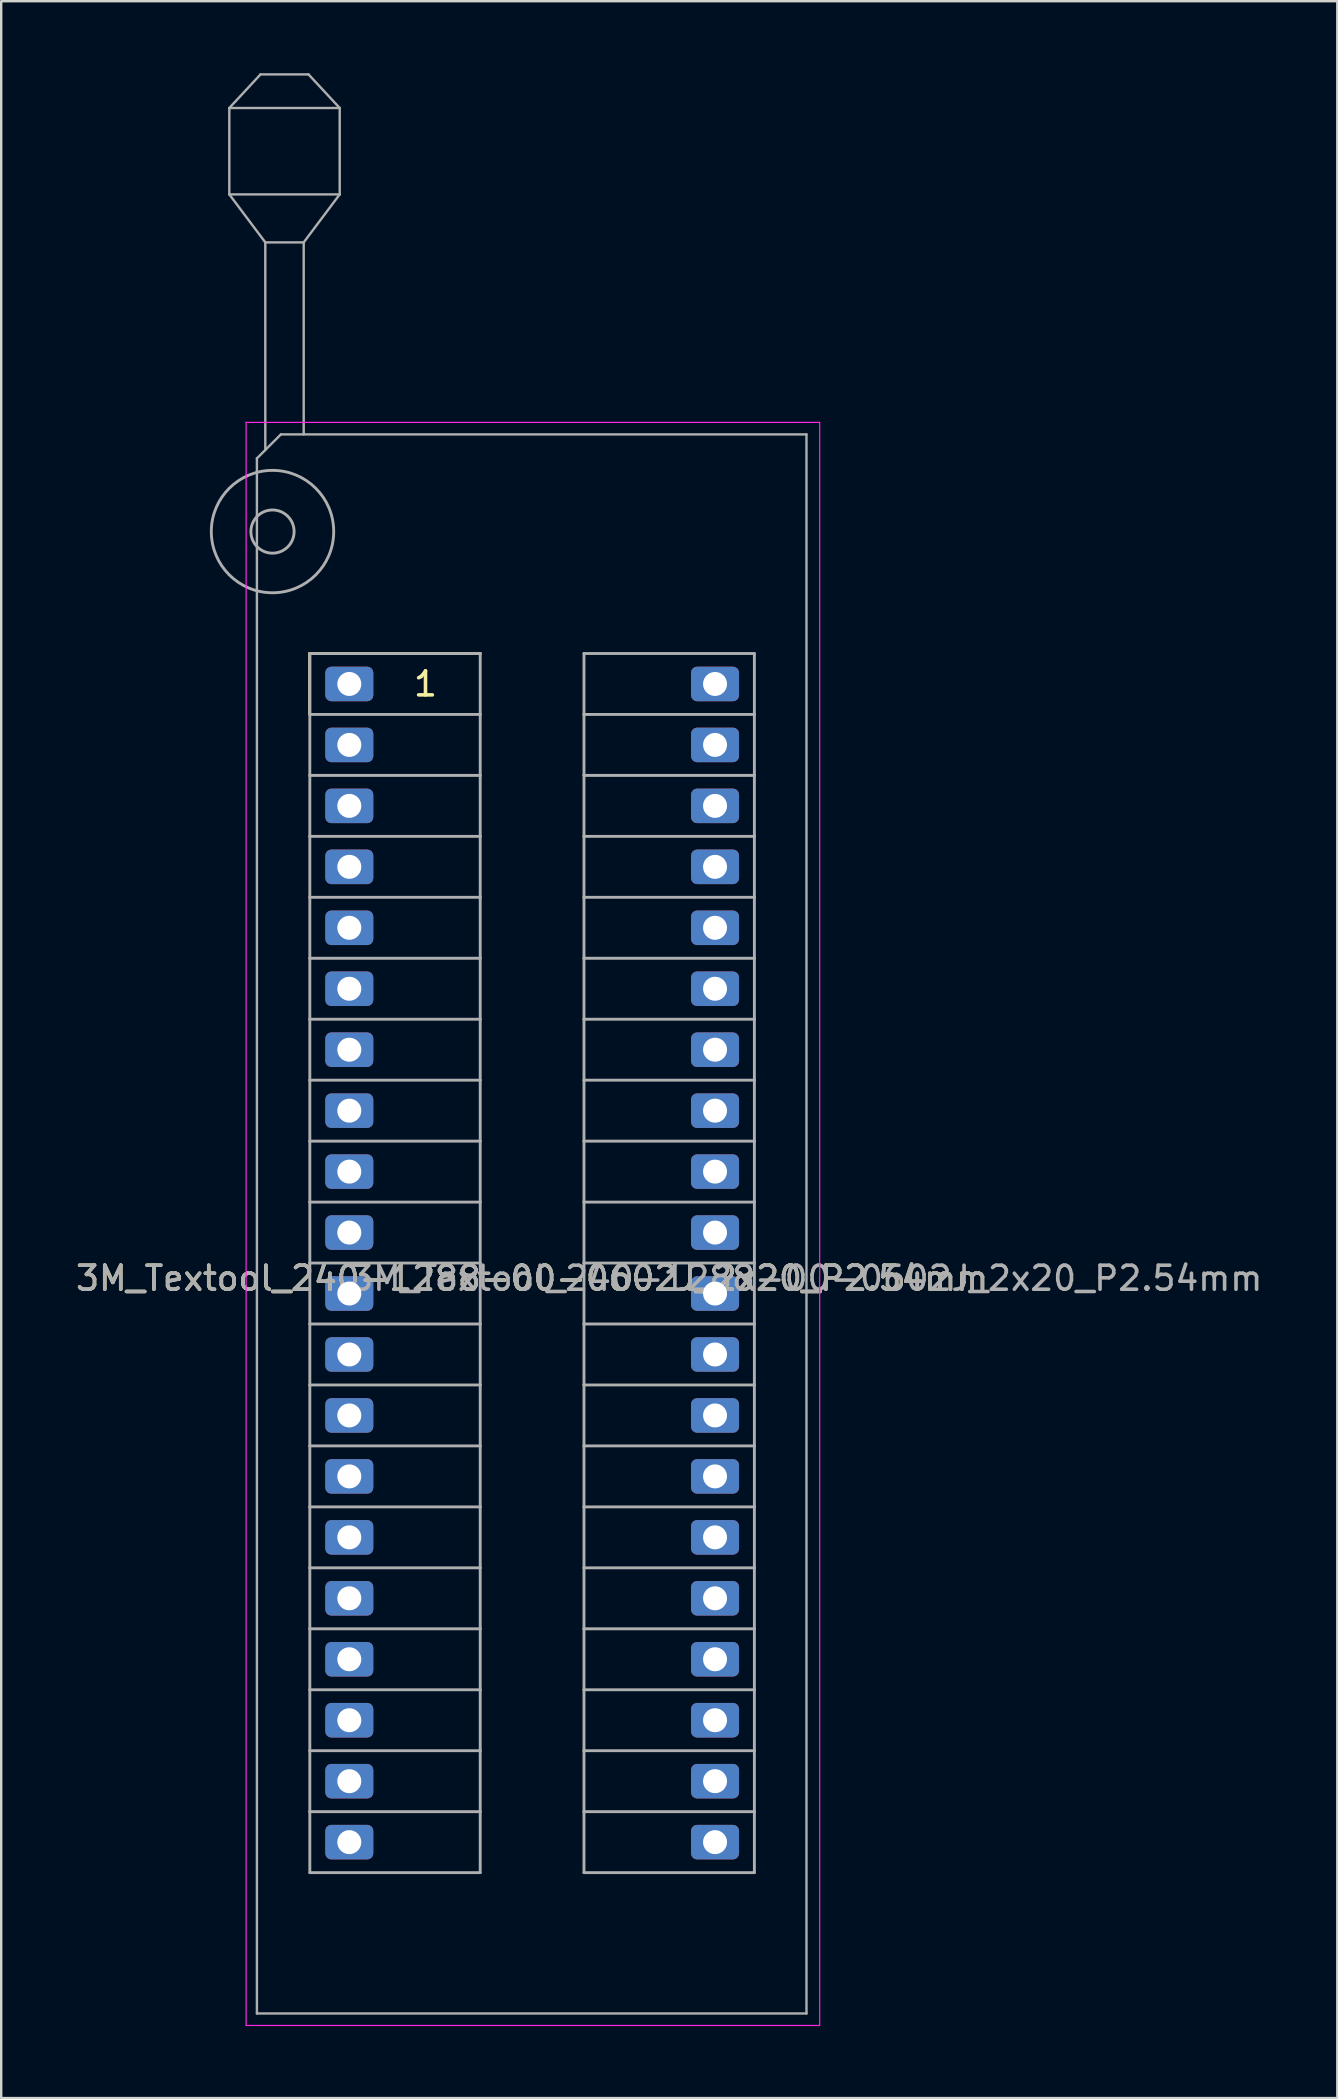
<source format=kicad_pcb>
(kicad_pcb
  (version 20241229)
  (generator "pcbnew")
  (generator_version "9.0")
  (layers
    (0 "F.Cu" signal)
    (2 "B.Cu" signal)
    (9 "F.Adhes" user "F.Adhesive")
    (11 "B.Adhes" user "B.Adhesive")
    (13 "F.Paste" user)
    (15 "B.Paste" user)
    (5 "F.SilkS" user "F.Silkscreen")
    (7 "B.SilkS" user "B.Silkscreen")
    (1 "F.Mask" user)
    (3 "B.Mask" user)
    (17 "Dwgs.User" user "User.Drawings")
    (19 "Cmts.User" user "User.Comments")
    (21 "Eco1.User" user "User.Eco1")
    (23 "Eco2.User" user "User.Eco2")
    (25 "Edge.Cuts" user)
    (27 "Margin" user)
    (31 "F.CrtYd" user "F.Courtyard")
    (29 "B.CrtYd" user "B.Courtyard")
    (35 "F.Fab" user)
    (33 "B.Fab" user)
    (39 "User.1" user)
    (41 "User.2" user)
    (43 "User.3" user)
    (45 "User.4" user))
  (footprint "3M_Textool_240-1288-00-0602J_2x20_P2.54mm"
    (layer "F.Cu")
    (at 19.125 50.215)
    (property "Reference" "3M_Textool_240-1288-00-0602J_2x20_P2.54mm" (at 0 0 0) (layer "F.SilkS") (effects (font (size 1 1) (thickness 0.15))))
    (attr through_hole)
    (fp_line (start -9.271 -26.035) (end -2.159 -26.035) (stroke (width 0.12) (type solid)) (layer "F.SilkS"))
    (fp_line (start -9.271 -23.495) (end -9.271 -26.035) (stroke (width 0.12) (type solid)) (layer "F.SilkS"))
    (fp_line (start -11.92 31.135) (end -11.92 -35.665) (stroke (width 0.05) (type solid)) (layer "F.CrtYd"))
    (fp_line (start 11.98 -35.665) (end -11.92 -35.665) (stroke (width 0.05) (type solid)) (layer "F.CrtYd"))
    (fp_line (start 11.98 31.135) (end -11.92 31.135) (stroke (width 0.05) (type solid)) (layer "F.CrtYd"))
    (fp_line (start 11.98 31.135) (end 11.98 -35.665) (stroke (width 0.05) (type solid)) (layer "F.CrtYd"))
    (fp_line (start -12.62 -48.765) (end -8.02 -48.765) (stroke (width 0.1) (type solid)) (layer "F.Fab"))
    (fp_line (start -12.62 -45.165) (end -12.62 -48.765) (stroke (width 0.1) (type solid)) (layer "F.Fab"))
    (fp_line (start -12.62 -45.165) (end -11.12 -43.165) (stroke (width 0.1) (type solid)) (layer "F.Fab"))
    (fp_line (start -12.62 -45.165) (end -8.02 -45.165) (stroke (width 0.1) (type solid)) (layer "F.Fab"))
    (fp_line (start -11.47 -34.165) (end -10.47 -35.165) (stroke (width 0.1) (type solid)) (layer "F.Fab"))
    (fp_line (start -11.47 30.635) (end -11.47 -34.165) (stroke (width 0.1) (type solid)) (layer "F.Fab"))
    (fp_line (start -11.47 30.635) (end 11.43 30.635) (stroke (width 0.1) (type solid)) (layer "F.Fab"))
    (fp_line (start -11.32 -50.165) (end -12.62 -48.765) (stroke (width 0.1) (type solid)) (layer "F.Fab"))
    (fp_line (start -11.32 -50.165) (end -9.32 -50.165) (stroke (width 0.1) (type solid)) (layer "F.Fab"))
    (fp_line (start -11.12 -43.165) (end -11.12 -34.515) (stroke (width 0.1) (type solid)) (layer "F.Fab"))
    (fp_line (start -10.47 -35.165) (end 11.43 -35.165) (stroke (width 0.1) (type solid)) (layer "F.Fab"))
    (fp_line (start -9.52 -43.165) (end -11.12 -43.165) (stroke (width 0.1) (type solid)) (layer "F.Fab"))
    (fp_line (start -9.52 -43.165) (end -9.52 -35.165) (stroke (width 0.1) (type solid)) (layer "F.Fab"))
    (fp_line (start -9.32 -50.165) (end -8.02 -48.765) (stroke (width 0.1) (type solid)) (layer "F.Fab"))
    (fp_line (start -9.265 -26.035) (end -2.165 -26.035) (stroke (width 0.12) (type solid)) (layer "F.Fab"))
    (fp_line (start -9.265 -23.495) (end -9.265 -26.035) (stroke (width 0.12) (type solid)) (layer "F.Fab"))
    (fp_line (start -9.265 -23.495) (end -2.165 -23.495) (stroke (width 0.12) (type solid)) (layer "F.Fab"))
    (fp_line (start -9.265 -20.955) (end -9.265 -23.495) (stroke (width 0.12) (type solid)) (layer "F.Fab"))
    (fp_line (start -9.265 -20.955) (end -2.165 -20.955) (stroke (width 0.12) (type solid)) (layer "F.Fab"))
    (fp_line (start -9.265 -18.415) (end -9.265 -20.955) (stroke (width 0.12) (type solid)) (layer "F.Fab"))
    (fp_line (start -9.265 -18.415) (end -2.165 -18.415) (stroke (width 0.12) (type solid)) (layer "F.Fab"))
    (fp_line (start -9.265 -15.875) (end -9.265 -18.415) (stroke (width 0.12) (type solid)) (layer "F.Fab"))
    (fp_line (start -9.265 -15.875) (end -2.165 -15.875) (stroke (width 0.12) (type solid)) (layer "F.Fab"))
    (fp_line (start -9.265 -13.335) (end -9.265 -15.875) (stroke (width 0.12) (type solid)) (layer "F.Fab"))
    (fp_line (start -9.265 -13.335) (end -2.165 -13.335) (stroke (width 0.12) (type solid)) (layer "F.Fab"))
    (fp_line (start -9.265 -10.795) (end -9.265 -13.335) (stroke (width 0.12) (type solid)) (layer "F.Fab"))
    (fp_line (start -9.265 -10.795) (end -2.165 -10.795) (stroke (width 0.12) (type solid)) (layer "F.Fab"))
    (fp_line (start -9.265 -8.255) (end -9.265 -10.795) (stroke (width 0.12) (type solid)) (layer "F.Fab"))
    (fp_line (start -9.265 -8.255) (end -2.165 -8.255) (stroke (width 0.12) (type solid)) (layer "F.Fab"))
    (fp_line (start -9.265 -5.715) (end -9.265 -8.255) (stroke (width 0.12) (type solid)) (layer "F.Fab"))
    (fp_line (start -9.265 -5.715) (end -2.165 -5.715) (stroke (width 0.12) (type solid)) (layer "F.Fab"))
    (fp_line (start -9.265 -3.175) (end -9.265 -5.715) (stroke (width 0.12) (type solid)) (layer "F.Fab"))
    (fp_line (start -9.265 -3.175) (end -2.165 -3.175) (stroke (width 0.12) (type solid)) (layer "F.Fab"))
    (fp_line (start -9.265 -0.635) (end -9.265 -3.175) (stroke (width 0.12) (type solid)) (layer "F.Fab"))
    (fp_line (start -9.265 -0.635) (end -2.165 -0.635) (stroke (width 0.12) (type solid)) (layer "F.Fab"))
    (fp_line (start -9.265 1.905) (end -9.265 -0.635) (stroke (width 0.12) (type solid)) (layer "F.Fab"))
    (fp_line (start -9.265 1.905) (end -2.165 1.905) (stroke (width 0.12) (type solid)) (layer "F.Fab"))
    (fp_line (start -9.265 4.445) (end -9.265 1.905) (stroke (width 0.12) (type solid)) (layer "F.Fab"))
    (fp_line (start -9.265 4.445) (end -2.165 4.445) (stroke (width 0.12) (type solid)) (layer "F.Fab"))
    (fp_line (start -9.265 6.985) (end -9.265 4.445) (stroke (width 0.12) (type solid)) (layer "F.Fab"))
    (fp_line (start -9.265 6.985) (end -2.165 6.985) (stroke (width 0.12) (type solid)) (layer "F.Fab"))
    (fp_line (start -9.265 9.525) (end -9.265 6.985) (stroke (width 0.12) (type solid)) (layer "F.Fab"))
    (fp_line (start -9.265 9.525) (end -2.165 9.525) (stroke (width 0.12) (type solid)) (layer "F.Fab"))
    (fp_line (start -9.265 12.065) (end -9.265 9.525) (stroke (width 0.12) (type solid)) (layer "F.Fab"))
    (fp_line (start -9.265 12.065) (end -2.165 12.065) (stroke (width 0.12) (type solid)) (layer "F.Fab"))
    (fp_line (start -9.265 14.605) (end -9.265 12.065) (stroke (width 0.12) (type solid)) (layer "F.Fab"))
    (fp_line (start -9.265 14.605) (end -2.165 14.605) (stroke (width 0.12) (type solid)) (layer "F.Fab"))
    (fp_line (start -9.265 17.145) (end -9.265 14.605) (stroke (width 0.12) (type solid)) (layer "F.Fab"))
    (fp_line (start -9.265 17.145) (end -2.165 17.145) (stroke (width 0.12) (type solid)) (layer "F.Fab"))
    (fp_line (start -9.265 19.685) (end -9.265 17.145) (stroke (width 0.12) (type solid)) (layer "F.Fab"))
    (fp_line (start -9.265 19.685) (end -2.165 19.685) (stroke (width 0.12) (type solid)) (layer "F.Fab"))
    (fp_line (start -9.265 22.225) (end -9.265 19.685) (stroke (width 0.12) (type solid)) (layer "F.Fab"))
    (fp_line (start -9.265 22.225) (end -2.165 22.225) (stroke (width 0.12) (type solid)) (layer "F.Fab"))
    (fp_line (start -9.265 24.765) (end -9.265 22.225) (stroke (width 0.12) (type solid)) (layer "F.Fab"))
    (fp_line (start -9.265 24.765) (end -2.165 24.765) (stroke (width 0.12) (type solid)) (layer "F.Fab"))
    (fp_line (start -8.02 -45.165) (end -9.52 -43.165) (stroke (width 0.1) (type solid)) (layer "F.Fab"))
    (fp_line (start -8.02 -45.165) (end -8.02 -48.765) (stroke (width 0.1) (type solid)) (layer "F.Fab"))
    (fp_line (start -2.165 -26.035) (end -2.165 -23.495) (stroke (width 0.12) (type solid)) (layer "F.Fab"))
    (fp_line (start -2.165 -23.495) (end -2.165 -20.955) (stroke (width 0.12) (type solid)) (layer "F.Fab"))
    (fp_line (start -2.165 -20.955) (end -2.165 -18.415) (stroke (width 0.12) (type solid)) (layer "F.Fab"))
    (fp_line (start -2.165 -18.415) (end -2.165 -15.875) (stroke (width 0.12) (type solid)) (layer "F.Fab"))
    (fp_line (start -2.165 -15.875) (end -2.165 -13.335) (stroke (width 0.12) (type solid)) (layer "F.Fab"))
    (fp_line (start -2.165 -13.335) (end -2.165 -10.795) (stroke (width 0.12) (type solid)) (layer "F.Fab"))
    (fp_line (start -2.165 -10.795) (end -2.165 -8.255) (stroke (width 0.12) (type solid)) (layer "F.Fab"))
    (fp_line (start -2.165 -8.255) (end -2.165 -5.715) (stroke (width 0.12) (type solid)) (layer "F.Fab"))
    (fp_line (start -2.165 -5.715) (end -2.165 -3.175) (stroke (width 0.12) (type solid)) (layer "F.Fab"))
    (fp_line (start -2.165 -3.175) (end -2.165 -0.635) (stroke (width 0.12) (type solid)) (layer "F.Fab"))
    (fp_line (start -2.165 -0.635) (end -2.165 1.905) (stroke (width 0.12) (type solid)) (layer "F.Fab"))
    (fp_line (start -2.165 1.905) (end -2.165 4.445) (stroke (width 0.12) (type solid)) (layer "F.Fab"))
    (fp_line (start -2.165 4.445) (end -2.165 6.985) (stroke (width 0.12) (type solid)) (layer "F.Fab"))
    (fp_line (start -2.165 6.985) (end -2.165 9.525) (stroke (width 0.12) (type solid)) (layer "F.Fab"))
    (fp_line (start -2.165 9.525) (end -2.165 12.065) (stroke (width 0.12) (type solid)) (layer "F.Fab"))
    (fp_line (start -2.165 12.065) (end -2.165 14.605) (stroke (width 0.12) (type solid)) (layer "F.Fab"))
    (fp_line (start -2.165 14.605) (end -2.165 17.145) (stroke (width 0.12) (type solid)) (layer "F.Fab"))
    (fp_line (start -2.165 17.145) (end -2.165 19.685) (stroke (width 0.12) (type solid)) (layer "F.Fab"))
    (fp_line (start -2.165 19.685) (end -2.165 22.225) (stroke (width 0.12) (type solid)) (layer "F.Fab"))
    (fp_line (start -2.165 22.225) (end -2.165 24.765) (stroke (width 0.12) (type solid)) (layer "F.Fab"))
    (fp_line (start 2.159 -26.035) (end 9.259 -26.035) (stroke (width 0.12) (type solid)) (layer "F.Fab"))
    (fp_line (start 2.159 -23.495) (end 2.159 -26.035) (stroke (width 0.12) (type solid)) (layer "F.Fab"))
    (fp_line (start 2.159 -23.495) (end 9.259 -23.495) (stroke (width 0.12) (type solid)) (layer "F.Fab"))
    (fp_line (start 2.159 -20.955) (end 2.159 -23.495) (stroke (width 0.12) (type solid)) (layer "F.Fab"))
    (fp_line (start 2.159 -20.955) (end 9.259 -20.955) (stroke (width 0.12) (type solid)) (layer "F.Fab"))
    (fp_line (start 2.159 -18.415) (end 2.159 -20.955) (stroke (width 0.12) (type solid)) (layer "F.Fab"))
    (fp_line (start 2.159 -18.415) (end 9.259 -18.415) (stroke (width 0.12) (type solid)) (layer "F.Fab"))
    (fp_line (start 2.159 -15.875) (end 2.159 -18.415) (stroke (width 0.12) (type solid)) (layer "F.Fab"))
    (fp_line (start 2.159 -15.875) (end 9.259 -15.875) (stroke (width 0.12) (type solid)) (layer "F.Fab"))
    (fp_line (start 2.159 -13.335) (end 2.159 -15.875) (stroke (width 0.12) (type solid)) (layer "F.Fab"))
    (fp_line (start 2.159 -13.335) (end 9.259 -13.335) (stroke (width 0.12) (type solid)) (layer "F.Fab"))
    (fp_line (start 2.159 -10.795) (end 2.159 -13.335) (stroke (width 0.12) (type solid)) (layer "F.Fab"))
    (fp_line (start 2.159 -10.795) (end 9.259 -10.795) (stroke (width 0.12) (type solid)) (layer "F.Fab"))
    (fp_line (start 2.159 -8.255) (end 2.159 -10.795) (stroke (width 0.12) (type solid)) (layer "F.Fab"))
    (fp_line (start 2.159 -8.255) (end 9.259 -8.255) (stroke (width 0.12) (type solid)) (layer "F.Fab"))
    (fp_line (start 2.159 -5.715) (end 2.159 -8.255) (stroke (width 0.12) (type solid)) (layer "F.Fab"))
    (fp_line (start 2.159 -5.715) (end 9.259 -5.715) (stroke (width 0.12) (type solid)) (layer "F.Fab"))
    (fp_line (start 2.159 -3.175) (end 2.159 -5.715) (stroke (width 0.12) (type solid)) (layer "F.Fab"))
    (fp_line (start 2.159 -3.175) (end 9.259 -3.175) (stroke (width 0.12) (type solid)) (layer "F.Fab"))
    (fp_line (start 2.159 -0.635) (end 2.159 -3.175) (stroke (width 0.12) (type solid)) (layer "F.Fab"))
    (fp_line (start 2.159 -0.635) (end 9.259 -0.635) (stroke (width 0.12) (type solid)) (layer "F.Fab"))
    (fp_line (start 2.159 1.905) (end 2.159 -0.635) (stroke (width 0.12) (type solid)) (layer "F.Fab"))
    (fp_line (start 2.159 1.905) (end 9.259 1.905) (stroke (width 0.12) (type solid)) (layer "F.Fab"))
    (fp_line (start 2.159 4.445) (end 2.159 1.905) (stroke (width 0.12) (type solid)) (layer "F.Fab"))
    (fp_line (start 2.159 4.445) (end 9.259 4.445) (stroke (width 0.12) (type solid)) (layer "F.Fab"))
    (fp_line (start 2.159 6.985) (end 2.159 4.445) (stroke (width 0.12) (type solid)) (layer "F.Fab"))
    (fp_line (start 2.159 6.985) (end 9.259 6.985) (stroke (width 0.12) (type solid)) (layer "F.Fab"))
    (fp_line (start 2.159 9.525) (end 2.159 6.985) (stroke (width 0.12) (type solid)) (layer "F.Fab"))
    (fp_line (start 2.159 9.525) (end 9.259 9.525) (stroke (width 0.12) (type solid)) (layer "F.Fab"))
    (fp_line (start 2.159 12.065) (end 2.159 9.525) (stroke (width 0.12) (type solid)) (layer "F.Fab"))
    (fp_line (start 2.159 12.065) (end 9.259 12.065) (stroke (width 0.12) (type solid)) (layer "F.Fab"))
    (fp_line (start 2.159 14.605) (end 2.159 12.065) (stroke (width 0.12) (type solid)) (layer "F.Fab"))
    (fp_line (start 2.159 14.605) (end 9.259 14.605) (stroke (width 0.12) (type solid)) (layer "F.Fab"))
    (fp_line (start 2.159 17.145) (end 2.159 14.605) (stroke (width 0.12) (type solid)) (layer "F.Fab"))
    (fp_line (start 2.159 17.145) (end 9.259 17.145) (stroke (width 0.12) (type solid)) (layer "F.Fab"))
    (fp_line (start 2.159 19.685) (end 2.159 17.145) (stroke (width 0.12) (type solid)) (layer "F.Fab"))
    (fp_line (start 2.159 19.685) (end 9.259 19.685) (stroke (width 0.12) (type solid)) (layer "F.Fab"))
    (fp_line (start 2.159 22.225) (end 2.159 19.685) (stroke (width 0.12) (type solid)) (layer "F.Fab"))
    (fp_line (start 2.159 22.225) (end 9.259 22.225) (stroke (width 0.12) (type solid)) (layer "F.Fab"))
    (fp_line (start 2.159 24.765) (end 2.159 22.225) (stroke (width 0.12) (type solid)) (layer "F.Fab"))
    (fp_line (start 2.159 24.765) (end 9.259 24.765) (stroke (width 0.12) (type solid)) (layer "F.Fab"))
    (fp_line (start 9.259 -26.035) (end 9.259 -23.495) (stroke (width 0.12) (type solid)) (layer "F.Fab"))
    (fp_line (start 9.259 -23.495) (end 9.259 -20.955) (stroke (width 0.12) (type solid)) (layer "F.Fab"))
    (fp_line (start 9.259 -20.955) (end 9.259 -18.415) (stroke (width 0.12) (type solid)) (layer "F.Fab"))
    (fp_line (start 9.259 -18.415) (end 9.259 -15.875) (stroke (width 0.12) (type solid)) (layer "F.Fab"))
    (fp_line (start 9.259 -15.875) (end 9.259 -13.335) (stroke (width 0.12) (type solid)) (layer "F.Fab"))
    (fp_line (start 9.259 -13.335) (end 9.259 -10.795) (stroke (width 0.12) (type solid)) (layer "F.Fab"))
    (fp_line (start 9.259 -10.795) (end 9.259 -8.255) (stroke (width 0.12) (type solid)) (layer "F.Fab"))
    (fp_line (start 9.259 -8.255) (end 9.259 -5.715) (stroke (width 0.12) (type solid)) (layer "F.Fab"))
    (fp_line (start 9.259 -5.715) (end 9.259 -3.175) (stroke (width 0.12) (type solid)) (layer "F.Fab"))
    (fp_line (start 9.259 -3.175) (end 9.259 -0.635) (stroke (width 0.12) (type solid)) (layer "F.Fab"))
    (fp_line (start 9.259 -0.635) (end 9.259 1.905) (stroke (width 0.12) (type solid)) (layer "F.Fab"))
    (fp_line (start 9.259 1.905) (end 9.259 4.445) (stroke (width 0.12) (type solid)) (layer "F.Fab"))
    (fp_line (start 9.259 4.445) (end 9.259 6.985) (stroke (width 0.12) (type solid)) (layer "F.Fab"))
    (fp_line (start 9.259 6.985) (end 9.259 9.525) (stroke (width 0.12) (type solid)) (layer "F.Fab"))
    (fp_line (start 9.259 9.525) (end 9.259 12.065) (stroke (width 0.12) (type solid)) (layer "F.Fab"))
    (fp_line (start 9.259 12.065) (end 9.259 14.605) (stroke (width 0.12) (type solid)) (layer "F.Fab"))
    (fp_line (start 9.259 14.605) (end 9.259 17.145) (stroke (width 0.12) (type solid)) (layer "F.Fab"))
    (fp_line (start 9.259 17.145) (end 9.259 19.685) (stroke (width 0.12) (type solid)) (layer "F.Fab"))
    (fp_line (start 9.259 19.685) (end 9.259 22.225) (stroke (width 0.12) (type solid)) (layer "F.Fab"))
    (fp_line (start 9.259 22.225) (end 9.259 24.765) (stroke (width 0.12) (type solid)) (layer "F.Fab"))
    (fp_line (start 11.43 30.635) (end 11.43 -35.165) (stroke (width 0.1) (type solid)) (layer "F.Fab"))
    (fp_circle (center -10.82 -31.115) (end -9.92 -31.115) (stroke (width 0.12) (type solid)) (fill no) (layer "F.Fab"))
    (fp_circle (center -10.82 -31.115) (end -8.27 -31.115) (stroke (width 0.12) (type solid)) (fill no) (layer "F.Fab"))
    (fp_text user "1" (at -4.445 -24.765 0) (unlocked yes) (layer "F.SilkS") (effects (font (size 1 1) (thickness 0.15))))
    (fp_text user "${REFERENCE}" (at 11.424 0 0) (layer "F.Fab") (effects (font (size 1 1) (thickness 0.15))))
    (fp_text user "${REFERENCE}" (at 0 0 0) (layer "F.Fab") (effects (font (size 1 1) (thickness 0.15))))
    (pad "1" thru_hole roundrect (at -7.62 -24.765) (size 2 1.44) (drill 1) (layers "*.Cu" "*.Mask") (roundrect_rratio 0.174))
    (pad "2" thru_hole roundrect (at -7.62 -22.225) (size 2 1.44) (drill 1) (layers "*.Cu" "*.Mask") (roundrect_rratio 0.174))
    (pad "3" thru_hole roundrect (at -7.62 -19.685) (size 2 1.44) (drill 1) (layers "*.Cu" "*.Mask") (roundrect_rratio 0.174))
    (pad "4" thru_hole roundrect (at -7.62 -17.145) (size 2 1.44) (drill 1) (layers "*.Cu" "*.Mask") (roundrect_rratio 0.174))
    (pad "5" thru_hole roundrect (at -7.62 -14.605) (size 2 1.44) (drill 1) (layers "*.Cu" "*.Mask") (roundrect_rratio 0.174))
    (pad "6" thru_hole roundrect (at -7.62 -12.065) (size 2 1.44) (drill 1) (layers "*.Cu" "*.Mask") (roundrect_rratio 0.174))
    (pad "7" thru_hole roundrect (at -7.62 -9.525) (size 2 1.44) (drill 1) (layers "*.Cu" "*.Mask") (roundrect_rratio 0.174))
    (pad "8" thru_hole roundrect (at -7.62 -6.985) (size 2 1.44) (drill 1) (layers "*.Cu" "*.Mask") (roundrect_rratio 0.174))
    (pad "9" thru_hole roundrect (at -7.62 -4.445) (size 2 1.44) (drill 1) (layers "*.Cu" "*.Mask") (roundrect_rratio 0.174))
    (pad "10" thru_hole roundrect (at -7.62 -1.905) (size 2 1.44) (drill 1) (layers "*.Cu" "*.Mask") (roundrect_rratio 0.174))
    (pad "11" thru_hole roundrect (at -7.62 0.635) (size 2 1.44) (drill 1) (layers "*.Cu" "*.Mask") (roundrect_rratio 0.174))
    (pad "12" thru_hole roundrect (at -7.62 3.175) (size 2 1.44) (drill 1) (layers "*.Cu" "*.Mask") (roundrect_rratio 0.174))
    (pad "13" thru_hole roundrect (at -7.62 5.715) (size 2 1.44) (drill 1) (layers "*.Cu" "*.Mask") (roundrect_rratio 0.174))
    (pad "14" thru_hole roundrect (at -7.62 8.255) (size 2 1.44) (drill 1) (layers "*.Cu" "*.Mask") (roundrect_rratio 0.174))
    (pad "15" thru_hole roundrect (at -7.62 10.795) (size 2 1.44) (drill 1) (layers "*.Cu" "*.Mask") (roundrect_rratio 0.174))
    (pad "16" thru_hole roundrect (at -7.62 13.335) (size 2 1.44) (drill 1) (layers "*.Cu" "*.Mask") (roundrect_rratio 0.174))
    (pad "17" thru_hole roundrect (at -7.62 15.875) (size 2 1.44) (drill 1) (layers "*.Cu" "*.Mask") (roundrect_rratio 0.174))
    (pad "18" thru_hole roundrect (at -7.62 18.415) (size 2 1.44) (drill 1) (layers "*.Cu" "*.Mask") (roundrect_rratio 0.174))
    (pad "19" thru_hole roundrect (at -7.62 20.955) (size 2 1.44) (drill 1) (layers "*.Cu" "*.Mask") (roundrect_rratio 0.174))
    (pad "20" thru_hole roundrect (at -7.62 23.495) (size 2 1.44) (drill 1) (layers "*.Cu" "*.Mask") (roundrect_rratio 0.174))
    (pad "21" thru_hole roundrect (at 7.62 23.495) (size 2 1.44) (drill 1) (layers "*.Cu" "*.Mask") (roundrect_rratio 0.174))
    (pad "22" thru_hole roundrect (at 7.62 20.955) (size 2 1.44) (drill 1) (layers "*.Cu" "*.Mask") (roundrect_rratio 0.174))
    (pad "23" thru_hole roundrect (at 7.62 18.415) (size 2 1.44) (drill 1) (layers "*.Cu" "*.Mask") (roundrect_rratio 0.174))
    (pad "24" thru_hole roundrect (at 7.62 15.875) (size 2 1.44) (drill 1) (layers "*.Cu" "*.Mask") (roundrect_rratio 0.174))
    (pad "25" thru_hole roundrect (at 7.62 13.335) (size 2 1.44) (drill 1) (layers "*.Cu" "*.Mask") (roundrect_rratio 0.174))
    (pad "26" thru_hole roundrect (at 7.62 10.795) (size 2 1.44) (drill 1) (layers "*.Cu" "*.Mask") (roundrect_rratio 0.174))
    (pad "27" thru_hole roundrect (at 7.62 8.255) (size 2 1.44) (drill 1) (layers "*.Cu" "*.Mask") (roundrect_rratio 0.174))
    (pad "28" thru_hole roundrect (at 7.62 5.715) (size 2 1.44) (drill 1) (layers "*.Cu" "*.Mask") (roundrect_rratio 0.174))
    (pad "29" thru_hole roundrect (at 7.62 3.175) (size 2 1.44) (drill 1) (layers "*.Cu" "*.Mask") (roundrect_rratio 0.174))
    (pad "30" thru_hole roundrect (at 7.62 0.635) (size 2 1.44) (drill 1) (layers "*.Cu" "*.Mask") (roundrect_rratio 0.174))
    (pad "31" thru_hole roundrect (at 7.62 -1.905) (size 2 1.44) (drill 1) (layers "*.Cu" "*.Mask") (roundrect_rratio 0.174))
    (pad "32" thru_hole roundrect (at 7.62 -4.445) (size 2 1.44) (drill 1) (layers "*.Cu" "*.Mask") (roundrect_rratio 0.174))
    (pad "33" thru_hole roundrect (at 7.62 -6.985) (size 2 1.44) (drill 1) (layers "*.Cu" "*.Mask") (roundrect_rratio 0.174))
    (pad "34" thru_hole roundrect (at 7.62 -9.525) (size 2 1.44) (drill 1) (layers "*.Cu" "*.Mask") (roundrect_rratio 0.174))
    (pad "35" thru_hole roundrect (at 7.62 -12.065) (size 2 1.44) (drill 1) (layers "*.Cu" "*.Mask") (roundrect_rratio 0.174))
    (pad "36" thru_hole roundrect (at 7.62 -14.605) (size 2 1.44) (drill 1) (layers "*.Cu" "*.Mask") (roundrect_rratio 0.174))
    (pad "37" thru_hole roundrect (at 7.62 -17.145) (size 2 1.44) (drill 1) (layers "*.Cu" "*.Mask") (roundrect_rratio 0.174))
    (pad "38" thru_hole roundrect (at 7.62 -19.685) (size 2 1.44) (drill 1) (layers "*.Cu" "*.Mask") (roundrect_rratio 0.174))
    (pad "39" thru_hole roundrect (at 7.62 -22.225) (size 2 1.44) (drill 1) (layers "*.Cu" "*.Mask") (roundrect_rratio 0.174))
    (pad "40" thru_hole roundrect (at 7.62 -24.765) (size 2 1.44) (drill 1) (layers "*.Cu" "*.Mask") (roundrect_rratio 0.174)))
  (gr_rect
    (start -3 -3)
    (end 52.674 84.375)
    (stroke (width 0.1) (type default))
    (fill no)
    (layer "Edge.Cuts")))
</source>
